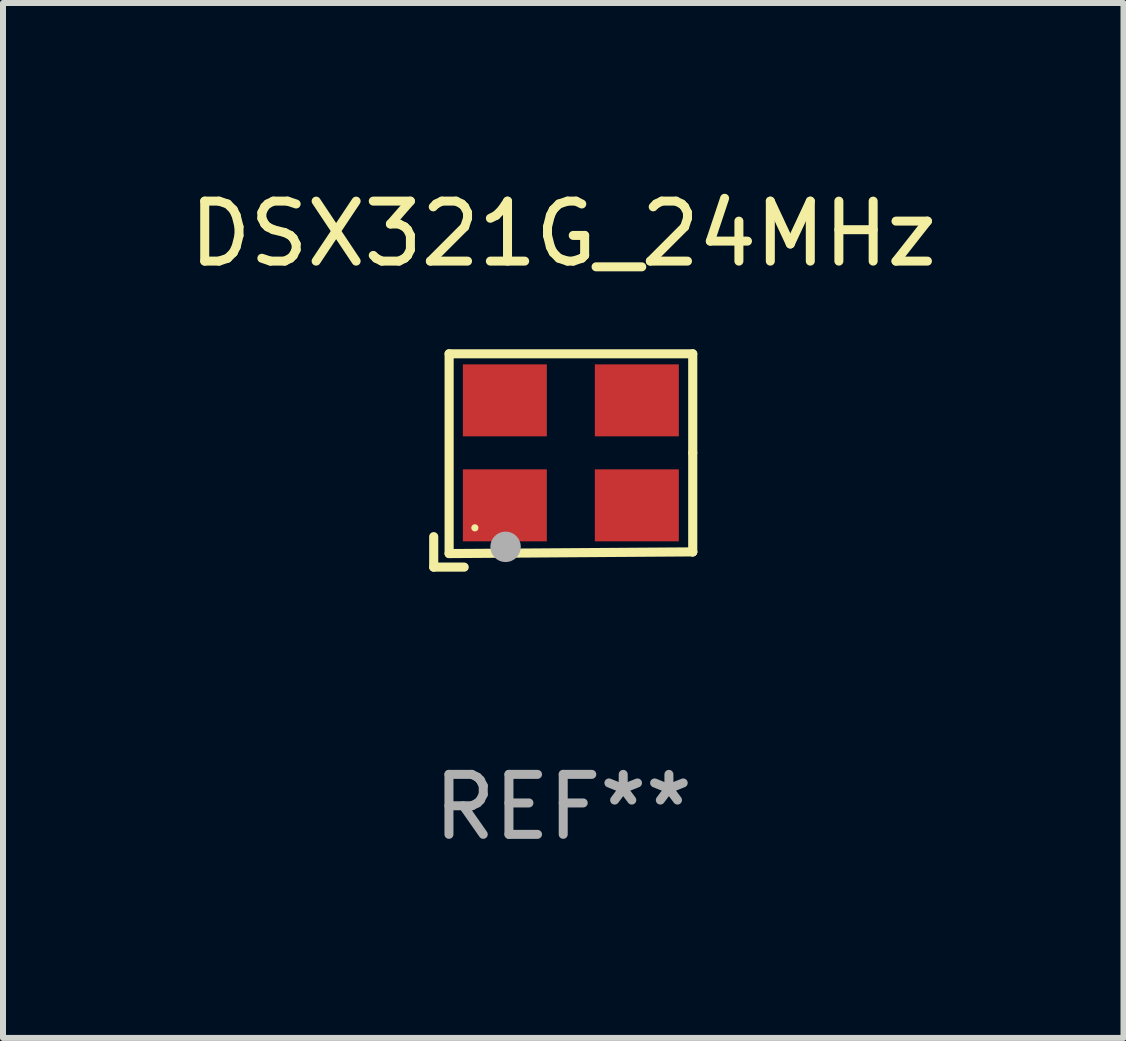
<source format=kicad_pcb>
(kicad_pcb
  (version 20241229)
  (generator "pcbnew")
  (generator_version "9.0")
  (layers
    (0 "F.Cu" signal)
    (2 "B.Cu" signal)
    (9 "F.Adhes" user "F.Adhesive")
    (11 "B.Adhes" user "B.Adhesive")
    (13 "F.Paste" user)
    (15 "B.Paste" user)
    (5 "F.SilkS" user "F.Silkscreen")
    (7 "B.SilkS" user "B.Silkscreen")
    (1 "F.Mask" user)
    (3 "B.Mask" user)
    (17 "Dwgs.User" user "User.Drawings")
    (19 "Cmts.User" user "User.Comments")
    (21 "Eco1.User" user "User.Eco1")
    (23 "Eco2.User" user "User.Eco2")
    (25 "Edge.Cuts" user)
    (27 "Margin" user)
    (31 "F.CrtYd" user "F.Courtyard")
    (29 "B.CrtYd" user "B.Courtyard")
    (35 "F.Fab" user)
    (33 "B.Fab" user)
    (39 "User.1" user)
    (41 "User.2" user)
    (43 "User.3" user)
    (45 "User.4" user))
  (footprint "DSX321G_24MHz"
    (layer "F.Cu")
    (at 6.339 4.626)
    (property "Reference" "DSX321G_24MHz" (at 0 -3.778 0) (layer "F.SilkS") (effects (font (size 1 1) (thickness 0.15))))
    (attr through_hole)
    (fp_line (start -2.159 1.27) (end -2.159 1.778) (stroke (width 0.152) (type solid)) (layer "F.SilkS"))
    (fp_line (start -2.159 1.778) (end -1.651 1.778) (stroke (width 0.152) (type solid)) (layer "F.SilkS"))
    (fp_line (start -1.902 -1.778) (end 2.159 -1.778) (stroke (width 0.152) (type solid)) (layer "F.SilkS"))
    (fp_line (start -1.902 1.552) (end -1.902 -1.778) (stroke (width 0.152) (type solid)) (layer "F.SilkS"))
    (fp_line (start 2.159 -1.778) (end 2.159 -0.127) (stroke (width 0.152) (type solid)) (layer "F.SilkS"))
    (fp_line (start 2.159 -0.127) (end 2.159 1.524) (stroke (width 0.152) (type solid)) (layer "F.SilkS"))
    (fp_line (start 2.159 1.524) (end -1.902 1.552) (stroke (width 0.152) (type solid)) (layer "F.SilkS"))
    (fp_line (start 2.159 1.524) (end 2.159 1.524) (stroke (width 0.152) (type solid)) (layer "F.SilkS"))
    (fp_circle (center -1.473 1.123) (end -1.443 1.123) (stroke (width 0.06) (type solid)) (fill no) (layer "F.SilkS"))
    (fp_circle (center -0.961 1.44) (end -0.834 1.44) (stroke (width 0.254) (type solid)) (fill no) (layer "F.Fab"))
    (fp_text user "REF**" (at 0 5.778 0) (layer "F.Fab") (effects (font (size 1 1) (thickness 0.15))))
    (pad "1" smd rect (at -0.973 0.748) (size 1.4 1.2) (layers "F.Cu" "F.Mask" "F.Paste"))
    (pad "2" smd rect (at 1.227 0.748) (size 1.4 1.2) (layers "F.Cu" "F.Mask" "F.Paste"))
    (pad "3" smd rect (at 1.227 -1.002) (size 1.4 1.2) (layers "F.Cu" "F.Mask" "F.Paste"))
    (pad "4" smd rect (at -0.973 -1.002) (size 1.4 1.2) (layers "F.Cu" "F.Mask" "F.Paste")))
  (gr_rect
    (start -3 -3)
    (end 15.679 14.253)
    (stroke (width 0.1) (type default))
    (fill no)
    (layer "Edge.Cuts")))
</source>
